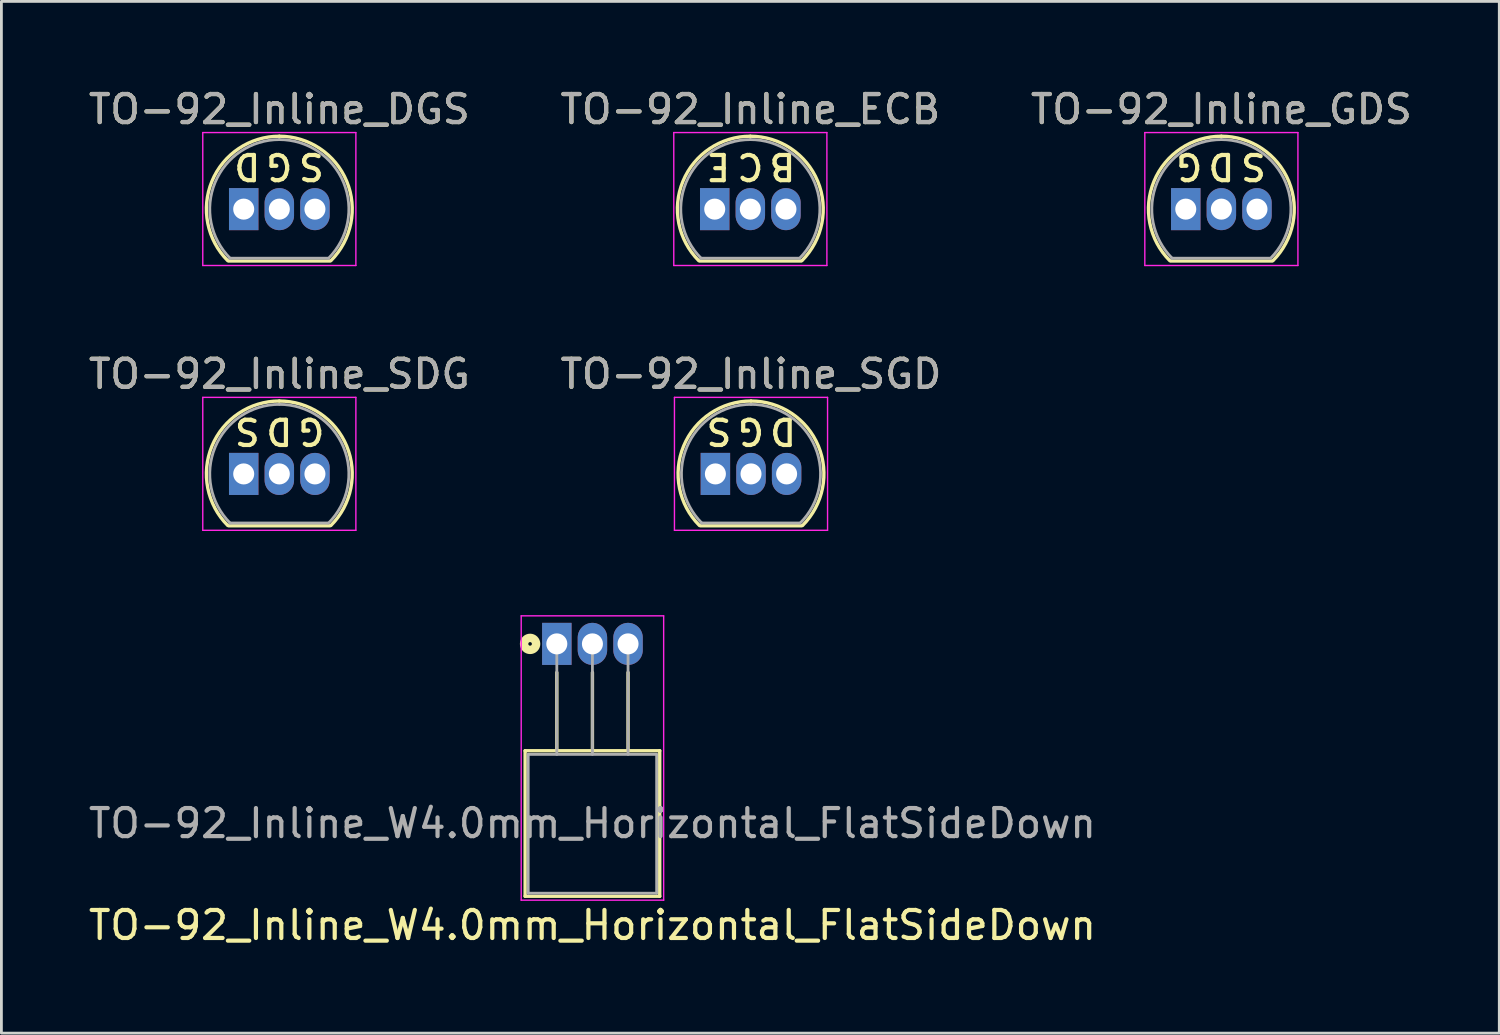
<source format=kicad_pcb>
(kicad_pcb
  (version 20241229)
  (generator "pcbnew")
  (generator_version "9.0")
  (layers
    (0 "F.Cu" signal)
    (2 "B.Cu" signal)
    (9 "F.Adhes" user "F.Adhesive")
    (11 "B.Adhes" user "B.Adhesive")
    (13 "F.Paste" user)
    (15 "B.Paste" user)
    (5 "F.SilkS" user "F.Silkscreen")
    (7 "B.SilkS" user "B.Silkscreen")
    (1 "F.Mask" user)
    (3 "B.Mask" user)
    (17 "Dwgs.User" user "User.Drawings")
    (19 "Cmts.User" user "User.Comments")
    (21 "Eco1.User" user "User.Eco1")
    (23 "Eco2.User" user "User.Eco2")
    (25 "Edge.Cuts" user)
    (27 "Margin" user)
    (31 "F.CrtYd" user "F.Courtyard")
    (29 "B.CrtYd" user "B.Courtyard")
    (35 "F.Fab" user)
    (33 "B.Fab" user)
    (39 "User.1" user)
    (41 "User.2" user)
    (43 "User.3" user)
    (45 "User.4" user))
  (footprint "TO-92_Inline_DGS"
    (layer "F.Cu")
    (at 5.641 4.408)
    (property "Reference" "TO-92_Inline_DGS" (at 1.27 -3.56 0) (layer "F.SilkS") (effects (font (size 1 1) (thickness 0.15))))
    (fp_line (start -0.53 1.85) (end 3.07 1.85) (stroke (width 0.12) (type solid)) (layer "F.SilkS"))
    (fp_arc (start -0.568478 1.838478) (mid -1.132087 -0.994977) (end 1.27 -2.6) (stroke (width 0.12) (type solid)) (layer "F.SilkS"))
    (fp_arc (start 1.27 -2.6) (mid 3.672087 -0.994977) (end 3.108478 1.838478) (stroke (width 0.12) (type solid)) (layer "F.SilkS"))
    (fp_line (start -1.46 -2.73) (end -1.46 2.01) (stroke (width 0.05) (type solid)) (layer "F.CrtYd"))
    (fp_line (start -1.46 -2.73) (end 4 -2.73) (stroke (width 0.05) (type solid)) (layer "F.CrtYd"))
    (fp_line (start 4 2.01) (end -1.46 2.01) (stroke (width 0.05) (type solid)) (layer "F.CrtYd"))
    (fp_line (start 4 2.01) (end 4 -2.73) (stroke (width 0.05) (type solid)) (layer "F.CrtYd"))
    (fp_line (start -0.5 1.75) (end 3 1.75) (stroke (width 0.1) (type solid)) (layer "F.Fab"))
    (fp_arc (start -0.483625 1.753625) (mid -1.021221 -0.949055) (end 1.27 -2.48) (stroke (width 0.1) (type solid)) (layer "F.Fab"))
    (fp_arc (start 1.27 -2.48) (mid 3.561221 -0.949055) (end 3.023625 1.753625) (stroke (width 0.1) (type solid)) (layer "F.Fab"))
    (fp_text user "D" (at 0.127 -1.524 180) (unlocked yes) (layer "F.SilkS") (effects (font (size 0.9 0.9) (thickness 0.15))))
    (fp_text user "G" (at 1.27 -1.524 180) (unlocked yes) (layer "F.SilkS") (effects (font (size 0.9 0.9) (thickness 0.15))))
    (fp_text user "S" (at 2.413 -1.524 180) (unlocked yes) (layer "F.SilkS") (effects (font (size 0.9 0.9) (thickness 0.15))))
    (fp_text user "${REFERENCE}" (at 1.27 -3.56 0) (layer "F.Fab") (effects (font (size 1 1) (thickness 0.15))))
    (pad "1" thru_hole rect (at 0 0) (size 1.05 1.5) (drill 0.75) (layers "*.Cu" "*.Mask"))
    (pad "2" thru_hole oval (at 1.27 0) (size 1.05 1.5) (drill 0.75) (layers "*.Cu" "*.Mask"))
    (pad "3" thru_hole oval (at 2.54 0) (size 1.05 1.5) (drill 0.75) (layers "*.Cu" "*.Mask")))
  (footprint "TO-92_Inline_GDS"
    (layer "F.Cu")
    (at 39.236 4.408)
    (property "Reference" "TO-92_Inline_GDS" (at 1.27 -3.56 0) (layer "F.SilkS") (effects (font (size 1 1) (thickness 0.15))))
    (fp_line (start -0.53 1.85) (end 3.07 1.85) (stroke (width 0.12) (type solid)) (layer "F.SilkS"))
    (fp_arc (start -0.568478 1.838478) (mid -1.132087 -0.994977) (end 1.27 -2.6) (stroke (width 0.12) (type solid)) (layer "F.SilkS"))
    (fp_arc (start 1.27 -2.6) (mid 3.672087 -0.994977) (end 3.108478 1.838478) (stroke (width 0.12) (type solid)) (layer "F.SilkS"))
    (fp_line (start -1.46 -2.73) (end -1.46 2.01) (stroke (width 0.05) (type solid)) (layer "F.CrtYd"))
    (fp_line (start -1.46 -2.73) (end 4 -2.73) (stroke (width 0.05) (type solid)) (layer "F.CrtYd"))
    (fp_line (start 4 2.01) (end -1.46 2.01) (stroke (width 0.05) (type solid)) (layer "F.CrtYd"))
    (fp_line (start 4 2.01) (end 4 -2.73) (stroke (width 0.05) (type solid)) (layer "F.CrtYd"))
    (fp_line (start -0.5 1.75) (end 3 1.75) (stroke (width 0.1) (type solid)) (layer "F.Fab"))
    (fp_arc (start -0.483625 1.753625) (mid -1.021221 -0.949055) (end 1.27 -2.48) (stroke (width 0.1) (type solid)) (layer "F.Fab"))
    (fp_arc (start 1.27 -2.48) (mid 3.561221 -0.949055) (end 3.023625 1.753625) (stroke (width 0.1) (type solid)) (layer "F.Fab"))
    (fp_text user "D" (at 1.27 -1.524 180) (unlocked yes) (layer "F.SilkS") (effects (font (size 0.9 0.9) (thickness 0.15))))
    (fp_text user "G" (at 0.127 -1.524 180) (unlocked yes) (layer "F.SilkS") (effects (font (size 0.9 0.9) (thickness 0.15))))
    (fp_text user "S" (at 2.413 -1.524 180) (unlocked yes) (layer "F.SilkS") (effects (font (size 0.9 0.9) (thickness 0.15))))
    (fp_text user "${REFERENCE}" (at 1.27 -3.56 0) (layer "F.Fab") (effects (font (size 1 1) (thickness 0.15))))
    (pad "1" thru_hole rect (at 0 0) (size 1.05 1.5) (drill 0.75) (layers "*.Cu" "*.Mask"))
    (pad "2" thru_hole oval (at 1.27 0) (size 1.05 1.5) (drill 0.75) (layers "*.Cu" "*.Mask"))
    (pad "3" thru_hole oval (at 2.54 0) (size 1.05 1.5) (drill 0.75) (layers "*.Cu" "*.Mask")))
  (footprint "TO-92_Inline_W4.0mm_Horizontal_FlatSideDown"
    (layer "F.Cu")
    (at 16.807 19.912)
    (property "Reference" "TO-92_Inline_W4.0mm_Horizontal_FlatSideDown" (at 1.27 10.033 0) (layer "F.SilkS") (effects (font (size 1 1) (thickness 0.15))))
    (attr through_hole)
    (fp_line (start -1.13 3.81) (end 3.67 3.81) (stroke (width 0.12) (type solid)) (layer "F.SilkS"))
    (fp_line (start -1.13 9) (end -1.13 3.81) (stroke (width 0.12) (type solid)) (layer "F.SilkS"))
    (fp_line (start 0 1.02) (end 0 3.81) (stroke (width 0.12) (type solid)) (layer "F.SilkS"))
    (fp_line (start 1.27 1.02) (end 1.27 3.81) (stroke (width 0.12) (type solid)) (layer "F.SilkS"))
    (fp_line (start 2.54 1.02) (end 2.54 3.81) (stroke (width 0.12) (type solid)) (layer "F.SilkS"))
    (fp_line (start 3.67 3.81) (end 3.67 9) (stroke (width 0.12) (type solid)) (layer "F.SilkS"))
    (fp_line (start 3.67 9) (end -1.13 9) (stroke (width 0.12) (type solid)) (layer "F.SilkS"))
    (fp_circle (center -0.953 0) (end -0.889 0) (stroke (width 0.3) (type solid)) (fill no) (layer "F.SilkS"))
    (fp_line (start -1.27 -1) (end -1.27 9.14) (stroke (width 0.05) (type solid)) (layer "F.CrtYd"))
    (fp_line (start -1.27 -1) (end 3.81 -1) (stroke (width 0.05) (type solid)) (layer "F.CrtYd"))
    (fp_line (start 3.81 9.14) (end -1.27 9.14) (stroke (width 0.05) (type solid)) (layer "F.CrtYd"))
    (fp_line (start 3.81 9.14) (end 3.81 -1) (stroke (width 0.05) (type solid)) (layer "F.CrtYd"))
    (fp_line (start -1.02 3.94) (end 3.56 3.94) (stroke (width 0.1) (type solid)) (layer "F.Fab"))
    (fp_line (start -1.02 8.89) (end -1.02 3.94) (stroke (width 0.1) (type solid)) (layer "F.Fab"))
    (fp_line (start 0 3.94) (end 0 0) (stroke (width 0.1) (type solid)) (layer "F.Fab"))
    (fp_line (start 1.27 3.94) (end 1.27 0) (stroke (width 0.1) (type solid)) (layer "F.Fab"))
    (fp_line (start 2.54 3.94) (end 2.54 0) (stroke (width 0.1) (type solid)) (layer "F.Fab"))
    (fp_line (start 3.56 3.94) (end 3.56 8.89) (stroke (width 0.1) (type solid)) (layer "F.Fab"))
    (fp_line (start 3.56 8.89) (end -1.02 8.89) (stroke (width 0.1) (type solid)) (layer "F.Fab"))
    (fp_text user "${REFERENCE}" (at 1.27 6.4 0) (layer "F.Fab") (effects (font (size 1 1) (thickness 0.15))))
    (pad "1" thru_hole rect (at 0 0) (size 1.05 1.5) (drill 0.75) (layers "*.Cu" "*.Mask"))
    (pad "2" thru_hole oval (at 1.27 0) (size 1.05 1.5) (drill 0.75) (layers "*.Cu" "*.Mask"))
    (pad "3" thru_hole oval (at 2.54 0) (size 1.05 1.5) (drill 0.75) (layers "*.Cu" "*.Mask")))
  (footprint "TO-92_Inline_ECB"
    (layer "F.Cu")
    (at 22.438 4.408)
    (property "Reference" "TO-92_Inline_ECB" (at 1.27 -3.56 0) (layer "F.SilkS") (effects (font (size 1 1) (thickness 0.15))))
    (fp_line (start -0.53 1.85) (end 3.07 1.85) (stroke (width 0.12) (type solid)) (layer "F.SilkS"))
    (fp_arc (start -0.568478 1.838478) (mid -1.132087 -0.994977) (end 1.27 -2.6) (stroke (width 0.12) (type solid)) (layer "F.SilkS"))
    (fp_arc (start 1.27 -2.6) (mid 3.672087 -0.994977) (end 3.108478 1.838478) (stroke (width 0.12) (type solid)) (layer "F.SilkS"))
    (fp_line (start -1.46 -2.73) (end -1.46 2.01) (stroke (width 0.05) (type solid)) (layer "F.CrtYd"))
    (fp_line (start -1.46 -2.73) (end 4 -2.73) (stroke (width 0.05) (type solid)) (layer "F.CrtYd"))
    (fp_line (start 4 2.01) (end -1.46 2.01) (stroke (width 0.05) (type solid)) (layer "F.CrtYd"))
    (fp_line (start 4 2.01) (end 4 -2.73) (stroke (width 0.05) (type solid)) (layer "F.CrtYd"))
    (fp_line (start -0.5 1.75) (end 3 1.75) (stroke (width 0.1) (type solid)) (layer "F.Fab"))
    (fp_arc (start -0.483625 1.753625) (mid -1.021221 -0.949055) (end 1.27 -2.48) (stroke (width 0.1) (type solid)) (layer "F.Fab"))
    (fp_arc (start 1.27 -2.48) (mid 3.561221 -0.949055) (end 3.023625 1.753625) (stroke (width 0.1) (type solid)) (layer "F.Fab"))
    (fp_text user "E" (at 0.127 -1.524 180) (unlocked yes) (layer "F.SilkS") (effects (font (size 0.9 0.9) (thickness 0.15))))
    (fp_text user "B" (at 2.413 -1.524 180) (unlocked yes) (layer "F.SilkS") (effects (font (size 0.9 0.9) (thickness 0.15))))
    (fp_text user "C" (at 1.27 -1.524 180) (unlocked yes) (layer "F.SilkS") (effects (font (size 0.9 0.9) (thickness 0.15))))
    (fp_text user "${REFERENCE}" (at 1.27 -3.56 0) (layer "F.Fab") (effects (font (size 1 1) (thickness 0.15))))
    (pad "1" thru_hole rect (at 0 0) (size 1.05 1.5) (drill 0.75) (layers "*.Cu" "*.Mask"))
    (pad "2" thru_hole oval (at 1.27 0) (size 1.05 1.5) (drill 0.75) (layers "*.Cu" "*.Mask"))
    (pad "3" thru_hole oval (at 2.54 0) (size 1.05 1.5) (drill 0.75) (layers "*.Cu" "*.Mask")))
  (footprint "TO-92_Inline_SDG"
    (layer "F.Cu")
    (at 5.641 13.851)
    (property "Reference" "TO-92_Inline_SDG" (at 1.27 -3.56 0) (layer "F.SilkS") (effects (font (size 1 1) (thickness 0.15))))
    (fp_line (start -0.53 1.85) (end 3.07 1.85) (stroke (width 0.12) (type solid)) (layer "F.SilkS"))
    (fp_arc (start -0.568478 1.838478) (mid -1.132087 -0.994977) (end 1.27 -2.6) (stroke (width 0.12) (type solid)) (layer "F.SilkS"))
    (fp_arc (start 1.27 -2.6) (mid 3.672087 -0.994977) (end 3.108478 1.838478) (stroke (width 0.12) (type solid)) (layer "F.SilkS"))
    (fp_line (start -1.46 -2.73) (end -1.46 2.01) (stroke (width 0.05) (type solid)) (layer "F.CrtYd"))
    (fp_line (start -1.46 -2.73) (end 4 -2.73) (stroke (width 0.05) (type solid)) (layer "F.CrtYd"))
    (fp_line (start 4 2.01) (end -1.46 2.01) (stroke (width 0.05) (type solid)) (layer "F.CrtYd"))
    (fp_line (start 4 2.01) (end 4 -2.73) (stroke (width 0.05) (type solid)) (layer "F.CrtYd"))
    (fp_line (start -0.5 1.75) (end 3 1.75) (stroke (width 0.1) (type solid)) (layer "F.Fab"))
    (fp_arc (start -0.483625 1.753625) (mid -1.021221 -0.949055) (end 1.27 -2.48) (stroke (width 0.1) (type solid)) (layer "F.Fab"))
    (fp_arc (start 1.27 -2.48) (mid 3.561221 -0.949055) (end 3.023625 1.753625) (stroke (width 0.1) (type solid)) (layer "F.Fab"))
    (fp_text user "S" (at 0.127 -1.524 180) (unlocked yes) (layer "F.SilkS") (effects (font (size 0.9 0.9) (thickness 0.15))))
    (fp_text user "D" (at 1.27 -1.524 180) (unlocked yes) (layer "F.SilkS") (effects (font (size 0.9 0.9) (thickness 0.15))))
    (fp_text user "G" (at 2.413 -1.524 180) (unlocked yes) (layer "F.SilkS") (effects (font (size 0.9 0.9) (thickness 0.15))))
    (fp_text user "${REFERENCE}" (at 1.27 -3.56 0) (layer "F.Fab") (effects (font (size 1 1) (thickness 0.15))))
    (pad "1" thru_hole rect (at 0 0) (size 1.05 1.5) (drill 0.75) (layers "*.Cu" "*.Mask"))
    (pad "2" thru_hole oval (at 1.27 0) (size 1.05 1.5) (drill 0.75) (layers "*.Cu" "*.Mask"))
    (pad "3" thru_hole oval (at 2.54 0) (size 1.05 1.5) (drill 0.75) (layers "*.Cu" "*.Mask")))
  (footprint "TO-92_Inline_SGD"
    (layer "F.Cu")
    (at 22.462 13.851)
    (property "Reference" "TO-92_Inline_SGD" (at 1.27 -3.56 0) (layer "F.SilkS") (effects (font (size 1 1) (thickness 0.15))))
    (fp_line (start -0.53 1.85) (end 3.07 1.85) (stroke (width 0.12) (type solid)) (layer "F.SilkS"))
    (fp_arc (start -0.568478 1.838478) (mid -1.132087 -0.994977) (end 1.27 -2.6) (stroke (width 0.12) (type solid)) (layer "F.SilkS"))
    (fp_arc (start 1.27 -2.6) (mid 3.672087 -0.994977) (end 3.108478 1.838478) (stroke (width 0.12) (type solid)) (layer "F.SilkS"))
    (fp_line (start -1.46 -2.73) (end -1.46 2.01) (stroke (width 0.05) (type solid)) (layer "F.CrtYd"))
    (fp_line (start -1.46 -2.73) (end 4 -2.73) (stroke (width 0.05) (type solid)) (layer "F.CrtYd"))
    (fp_line (start 4 2.01) (end -1.46 2.01) (stroke (width 0.05) (type solid)) (layer "F.CrtYd"))
    (fp_line (start 4 2.01) (end 4 -2.73) (stroke (width 0.05) (type solid)) (layer "F.CrtYd"))
    (fp_line (start -0.5 1.75) (end 3 1.75) (stroke (width 0.1) (type solid)) (layer "F.Fab"))
    (fp_arc (start -0.483625 1.753625) (mid -1.021221 -0.949055) (end 1.27 -2.48) (stroke (width 0.1) (type solid)) (layer "F.Fab"))
    (fp_arc (start 1.27 -2.48) (mid 3.561221 -0.949055) (end 3.023625 1.753625) (stroke (width 0.1) (type solid)) (layer "F.Fab"))
    (fp_text user "S" (at 0.127 -1.524 180) (unlocked yes) (layer "F.SilkS") (effects (font (size 0.9 0.9) (thickness 0.15))))
    (fp_text user "G" (at 1.27 -1.524 180) (unlocked yes) (layer "F.SilkS") (effects (font (size 0.9 0.9) (thickness 0.15))))
    (fp_text user "D" (at 2.413 -1.524 180) (unlocked yes) (layer "F.SilkS") (effects (font (size 0.9 0.9) (thickness 0.15))))
    (fp_text user "${REFERENCE}" (at 1.27 -3.56 0) (layer "F.Fab") (effects (font (size 1 1) (thickness 0.15))))
    (pad "1" thru_hole rect (at 0 0) (size 1.05 1.5) (drill 0.75) (layers "*.Cu" "*.Mask"))
    (pad "2" thru_hole oval (at 1.27 0) (size 1.05 1.5) (drill 0.75) (layers "*.Cu" "*.Mask"))
    (pad "3" thru_hole oval (at 2.54 0) (size 1.05 1.5) (drill 0.75) (layers "*.Cu" "*.Mask")))
  (gr_rect
    (start -3 -3)
    (end 50.417 33.793)
    (stroke (width 0.1) (type default))
    (fill no)
    (layer "Edge.Cuts")))
</source>
